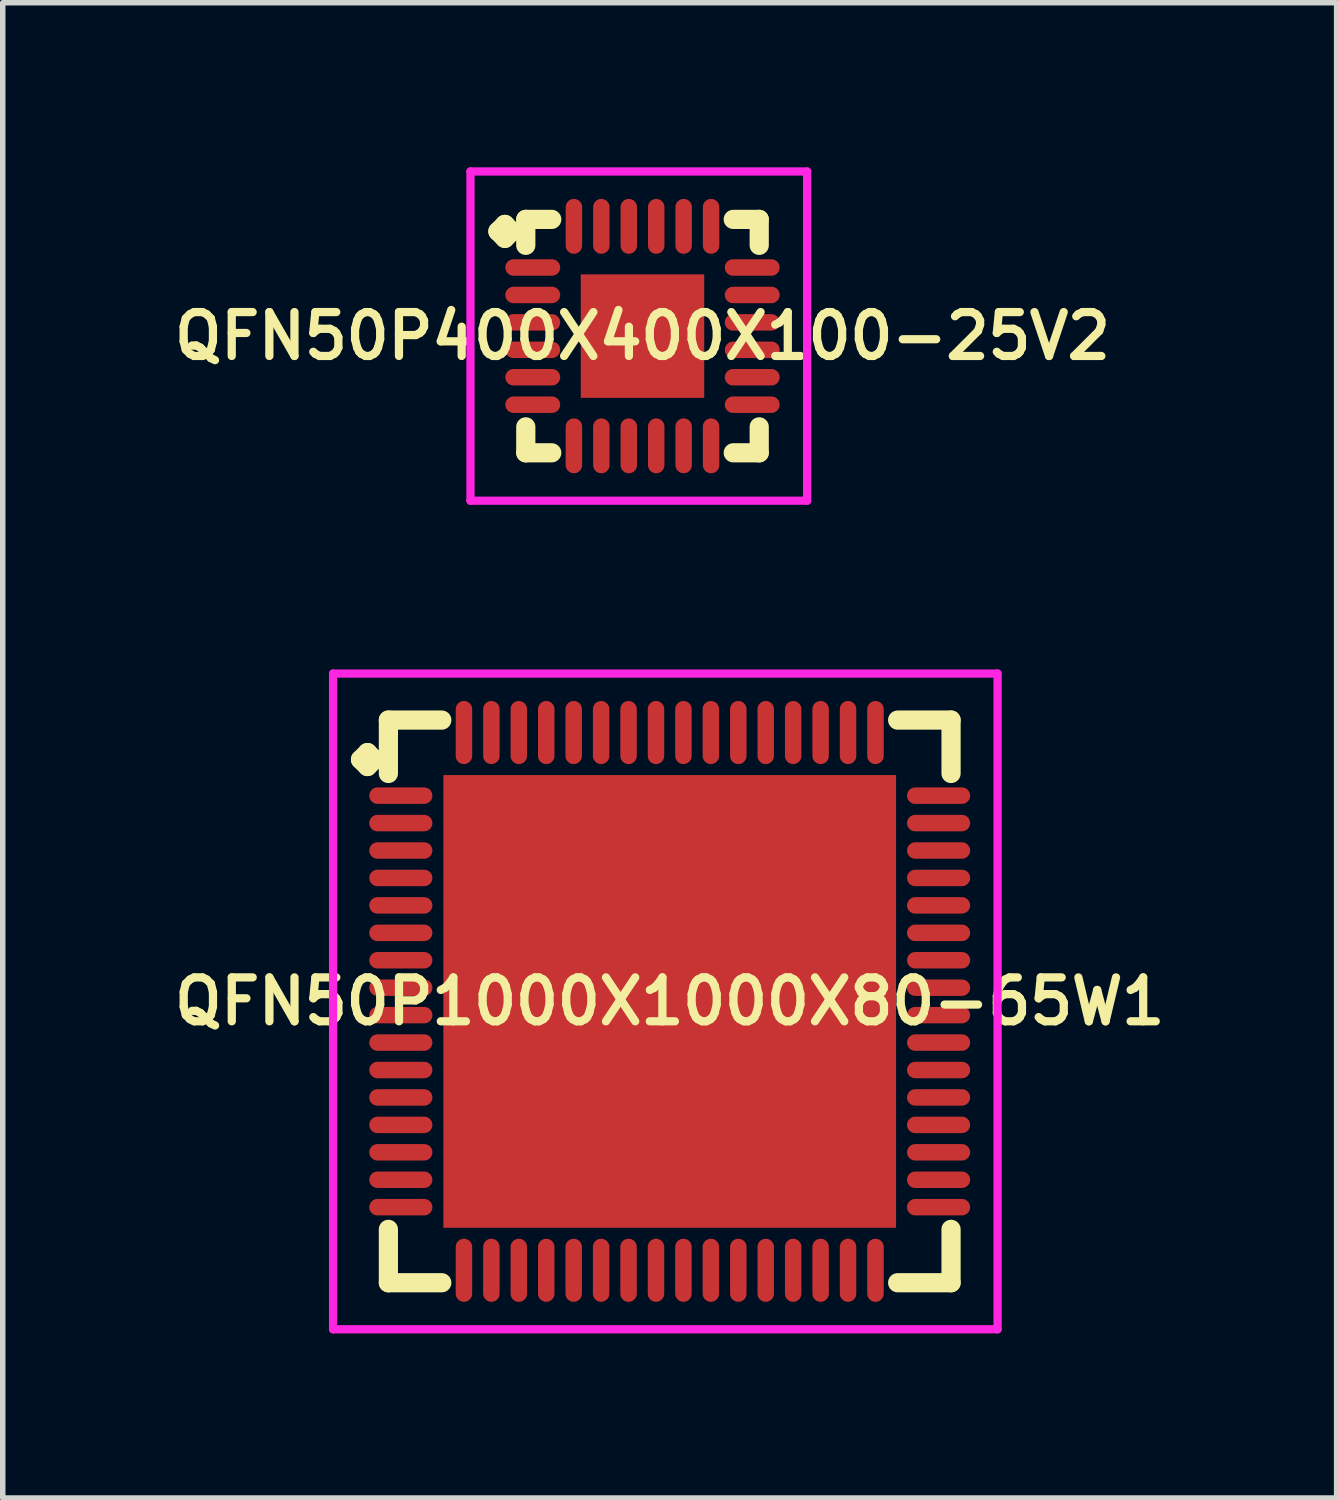
<source format=kicad_pcb>
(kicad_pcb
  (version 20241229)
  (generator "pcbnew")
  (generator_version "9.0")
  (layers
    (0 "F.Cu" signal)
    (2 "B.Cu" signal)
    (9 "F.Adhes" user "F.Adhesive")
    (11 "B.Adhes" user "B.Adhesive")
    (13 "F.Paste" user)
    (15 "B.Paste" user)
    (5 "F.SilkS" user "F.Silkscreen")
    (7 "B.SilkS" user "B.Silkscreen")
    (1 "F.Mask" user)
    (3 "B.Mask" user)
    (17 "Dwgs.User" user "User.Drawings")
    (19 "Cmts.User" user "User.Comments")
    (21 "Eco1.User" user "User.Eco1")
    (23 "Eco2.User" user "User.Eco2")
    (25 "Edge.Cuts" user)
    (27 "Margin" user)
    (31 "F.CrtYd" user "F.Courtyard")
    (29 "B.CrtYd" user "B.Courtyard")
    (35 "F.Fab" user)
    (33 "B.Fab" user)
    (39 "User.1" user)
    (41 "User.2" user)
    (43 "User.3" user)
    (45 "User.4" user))
  (footprint "QFN50P1000X1000X80-65W1"
    (layer "F.Cu")
    (at 9.155 15.2)
    (property "Reference" "QFN50P1000X1000X80-65W1" (at 0 0 0) (layer "F.SilkS") (effects (font (size 0.8 0.8) (thickness 0.15))))
    (attr smd)
    (fp_line (start -5.635 -4.408) (end -5.508 -4.535) (stroke (width 0.35) (type solid)) (layer "F.SilkS"))
    (fp_line (start -5.508 -4.535) (end -5.381 -4.408) (stroke (width 0.35) (type solid)) (layer "F.SilkS"))
    (fp_line (start -5.508 -4.281) (end -5.635 -4.408) (stroke (width 0.35) (type solid)) (layer "F.SilkS"))
    (fp_line (start -5.381 -4.408) (end -5.508 -4.281) (stroke (width 0.35) (type solid)) (layer "F.SilkS"))
    (fp_line (start -5.127 -5.127) (end -4.154 -5.127) (stroke (width 0.35) (type solid)) (layer "F.SilkS"))
    (fp_line (start -5.127 -4.154) (end -5.127 -5.127) (stroke (width 0.35) (type solid)) (layer "F.SilkS"))
    (fp_line (start -5.127 4.154) (end -5.127 5.127) (stroke (width 0.35) (type solid)) (layer "F.SilkS"))
    (fp_line (start -5.127 5.127) (end -4.154 5.127) (stroke (width 0.35) (type solid)) (layer "F.SilkS"))
    (fp_line (start 4.154 -5.127) (end 5.127 -5.127) (stroke (width 0.35) (type solid)) (layer "F.SilkS"))
    (fp_line (start 4.154 5.127) (end 5.127 5.127) (stroke (width 0.35) (type solid)) (layer "F.SilkS"))
    (fp_line (start 5.127 -5.127) (end 5.127 -4.154) (stroke (width 0.35) (type solid)) (layer "F.SilkS"))
    (fp_line (start 5.127 5.127) (end 5.127 4.154) (stroke (width 0.35) (type solid)) (layer "F.SilkS"))
    (fp_line (start -6.135 -5.975) (end 5.975 -5.975) (stroke (width 0.15) (type solid)) (layer "F.CrtYd"))
    (fp_line (start -6.135 5.975) (end -6.135 -5.975) (stroke (width 0.15) (type solid)) (layer "F.CrtYd"))
    (fp_line (start 5.975 -5.975) (end 5.975 5.975) (stroke (width 0.15) (type solid)) (layer "F.CrtYd"))
    (fp_line (start 5.975 5.975) (end -6.135 5.975) (stroke (width 0.15) (type solid)) (layer "F.CrtYd"))
    (pad "1" smd oval (at -4.9 -3.75) (size 1.15 0.3) (layers "F.Cu" "F.Mask" "F.Paste"))
    (pad "2" smd oval (at -4.9 -3.25) (size 1.15 0.3) (layers "F.Cu" "F.Mask" "F.Paste"))
    (pad "3" smd oval (at -4.9 -2.75) (size 1.15 0.3) (layers "F.Cu" "F.Mask" "F.Paste"))
    (pad "4" smd oval (at -4.9 -2.25) (size 1.15 0.3) (layers "F.Cu" "F.Mask" "F.Paste"))
    (pad "5" smd oval (at -4.9 -1.75) (size 1.15 0.3) (layers "F.Cu" "F.Mask" "F.Paste"))
    (pad "6" smd oval (at -4.9 -1.25) (size 1.15 0.3) (layers "F.Cu" "F.Mask" "F.Paste"))
    (pad "7" smd oval (at -4.9 -0.75) (size 1.15 0.3) (layers "F.Cu" "F.Mask" "F.Paste"))
    (pad "8" smd oval (at -4.9 -0.25) (size 1.15 0.3) (layers "F.Cu" "F.Mask" "F.Paste"))
    (pad "9" smd oval (at -4.9 0.25) (size 1.15 0.3) (layers "F.Cu" "F.Mask" "F.Paste"))
    (pad "10" smd oval (at -4.9 0.75) (size 1.15 0.3) (layers "F.Cu" "F.Mask" "F.Paste"))
    (pad "11" smd oval (at -4.9 1.25) (size 1.15 0.3) (layers "F.Cu" "F.Mask" "F.Paste"))
    (pad "12" smd oval (at -4.9 1.75) (size 1.15 0.3) (layers "F.Cu" "F.Mask" "F.Paste"))
    (pad "13" smd oval (at -4.9 2.25) (size 1.15 0.3) (layers "F.Cu" "F.Mask" "F.Paste"))
    (pad "14" smd oval (at -4.9 2.75) (size 1.15 0.3) (layers "F.Cu" "F.Mask" "F.Paste"))
    (pad "15" smd oval (at -4.9 3.25) (size 1.15 0.3) (layers "F.Cu" "F.Mask" "F.Paste"))
    (pad "16" smd oval (at -4.9 3.75) (size 1.15 0.3) (layers "F.Cu" "F.Mask" "F.Paste"))
    (pad "17" smd oval (at -3.75 4.9) (size 0.3 1.15) (layers "F.Cu" "F.Mask" "F.Paste"))
    (pad "18" smd oval (at -3.25 4.9) (size 0.3 1.15) (layers "F.Cu" "F.Mask" "F.Paste"))
    (pad "19" smd oval (at -2.75 4.9) (size 0.3 1.15) (layers "F.Cu" "F.Mask" "F.Paste"))
    (pad "20" smd oval (at -2.25 4.9) (size 0.3 1.15) (layers "F.Cu" "F.Mask" "F.Paste"))
    (pad "21" smd oval (at -1.75 4.9) (size 0.3 1.15) (layers "F.Cu" "F.Mask" "F.Paste"))
    (pad "22" smd oval (at -1.25 4.9) (size 0.3 1.15) (layers "F.Cu" "F.Mask" "F.Paste"))
    (pad "23" smd oval (at -0.75 4.9) (size 0.3 1.15) (layers "F.Cu" "F.Mask" "F.Paste"))
    (pad "24" smd oval (at -0.25 4.9) (size 0.3 1.15) (layers "F.Cu" "F.Mask" "F.Paste"))
    (pad "25" smd oval (at 0.25 4.9) (size 0.3 1.15) (layers "F.Cu" "F.Mask" "F.Paste"))
    (pad "26" smd oval (at 0.75 4.9) (size 0.3 1.15) (layers "F.Cu" "F.Mask" "F.Paste"))
    (pad "27" smd oval (at 1.25 4.9) (size 0.3 1.15) (layers "F.Cu" "F.Mask" "F.Paste"))
    (pad "28" smd oval (at 1.75 4.9) (size 0.3 1.15) (layers "F.Cu" "F.Mask" "F.Paste"))
    (pad "29" smd oval (at 2.25 4.9) (size 0.3 1.15) (layers "F.Cu" "F.Mask" "F.Paste"))
    (pad "30" smd oval (at 2.75 4.9) (size 0.3 1.15) (layers "F.Cu" "F.Mask" "F.Paste"))
    (pad "31" smd oval (at 3.25 4.9) (size 0.3 1.15) (layers "F.Cu" "F.Mask" "F.Paste"))
    (pad "32" smd oval (at 3.75 4.9) (size 0.3 1.15) (layers "F.Cu" "F.Mask" "F.Paste"))
    (pad "33" smd oval (at 4.9 3.75) (size 1.15 0.3) (layers "F.Cu" "F.Mask" "F.Paste"))
    (pad "34" smd oval (at 4.9 3.25) (size 1.15 0.3) (layers "F.Cu" "F.Mask" "F.Paste"))
    (pad "35" smd oval (at 4.9 2.75) (size 1.15 0.3) (layers "F.Cu" "F.Mask" "F.Paste"))
    (pad "36" smd oval (at 4.9 2.25) (size 1.15 0.3) (layers "F.Cu" "F.Mask" "F.Paste"))
    (pad "37" smd oval (at 4.9 1.75) (size 1.15 0.3) (layers "F.Cu" "F.Mask" "F.Paste"))
    (pad "38" smd oval (at 4.9 1.25) (size 1.15 0.3) (layers "F.Cu" "F.Mask" "F.Paste"))
    (pad "39" smd oval (at 4.9 0.75) (size 1.15 0.3) (layers "F.Cu" "F.Mask" "F.Paste"))
    (pad "40" smd oval (at 4.9 0.25) (size 1.15 0.3) (layers "F.Cu" "F.Mask" "F.Paste"))
    (pad "41" smd oval (at 4.9 -0.25) (size 1.15 0.3) (layers "F.Cu" "F.Mask" "F.Paste"))
    (pad "42" smd oval (at 4.9 -0.75) (size 1.15 0.3) (layers "F.Cu" "F.Mask" "F.Paste"))
    (pad "43" smd oval (at 4.9 -1.25) (size 1.15 0.3) (layers "F.Cu" "F.Mask" "F.Paste"))
    (pad "44" smd oval (at 4.9 -1.75) (size 1.15 0.3) (layers "F.Cu" "F.Mask" "F.Paste"))
    (pad "45" smd oval (at 4.9 -2.25) (size 1.15 0.3) (layers "F.Cu" "F.Mask" "F.Paste"))
    (pad "46" smd oval (at 4.9 -2.75) (size 1.15 0.3) (layers "F.Cu" "F.Mask" "F.Paste"))
    (pad "47" smd oval (at 4.9 -3.25) (size 1.15 0.3) (layers "F.Cu" "F.Mask" "F.Paste"))
    (pad "48" smd oval (at 4.9 -3.75) (size 1.15 0.3) (layers "F.Cu" "F.Mask" "F.Paste"))
    (pad "49" smd oval (at 3.75 -4.9) (size 0.3 1.15) (layers "F.Cu" "F.Mask" "F.Paste"))
    (pad "50" smd oval (at 3.25 -4.9) (size 0.3 1.15) (layers "F.Cu" "F.Mask" "F.Paste"))
    (pad "51" smd oval (at 2.75 -4.9) (size 0.3 1.15) (layers "F.Cu" "F.Mask" "F.Paste"))
    (pad "52" smd oval (at 2.25 -4.9) (size 0.3 1.15) (layers "F.Cu" "F.Mask" "F.Paste"))
    (pad "53" smd oval (at 1.75 -4.9) (size 0.3 1.15) (layers "F.Cu" "F.Mask" "F.Paste"))
    (pad "54" smd oval (at 1.25 -4.9) (size 0.3 1.15) (layers "F.Cu" "F.Mask" "F.Paste"))
    (pad "55" smd oval (at 0.75 -4.9) (size 0.3 1.15) (layers "F.Cu" "F.Mask" "F.Paste"))
    (pad "56" smd oval (at 0.25 -4.9) (size 0.3 1.15) (layers "F.Cu" "F.Mask" "F.Paste"))
    (pad "57" smd oval (at -0.25 -4.9) (size 0.3 1.15) (layers "F.Cu" "F.Mask" "F.Paste"))
    (pad "58" smd oval (at -0.75 -4.9) (size 0.3 1.15) (layers "F.Cu" "F.Mask" "F.Paste"))
    (pad "59" smd oval (at -1.25 -4.9) (size 0.3 1.15) (layers "F.Cu" "F.Mask" "F.Paste"))
    (pad "60" smd oval (at -1.75 -4.9) (size 0.3 1.15) (layers "F.Cu" "F.Mask" "F.Paste"))
    (pad "61" smd oval (at -2.25 -4.9) (size 0.3 1.15) (layers "F.Cu" "F.Mask" "F.Paste"))
    (pad "62" smd oval (at -2.75 -4.9) (size 0.3 1.15) (layers "F.Cu" "F.Mask" "F.Paste"))
    (pad "63" smd oval (at -3.25 -4.9) (size 0.3 1.15) (layers "F.Cu" "F.Mask" "F.Paste"))
    (pad "64" smd oval (at -3.75 -4.9) (size 0.3 1.15) (layers "F.Cu" "F.Mask" "F.Paste"))
    (pad "65" smd rect (at 0 0) (size 8.25 8.25) (layers "F.Cu" "F.Mask" "F.Paste")))
  (footprint "QFN50P400X400X100-25V2"
    (layer "F.Cu")
    (at 8.659 3.075)
    (property "Reference" "QFN50P400X400X100-25V2" (at 0 0 0) (layer "F.SilkS") (effects (font (size 0.8 0.8) (thickness 0.15))))
    (attr smd)
    (fp_line (start -2.635 -1.908) (end -2.508 -2.035) (stroke (width 0.35) (type solid)) (layer "F.SilkS"))
    (fp_line (start -2.508 -2.035) (end -2.381 -1.908) (stroke (width 0.35) (type solid)) (layer "F.SilkS"))
    (fp_line (start -2.508 -1.781) (end -2.635 -1.908) (stroke (width 0.35) (type solid)) (layer "F.SilkS"))
    (fp_line (start -2.381 -1.908) (end -2.508 -1.781) (stroke (width 0.35) (type solid)) (layer "F.SilkS"))
    (fp_line (start -2.127 -2.127) (end -1.654 -2.127) (stroke (width 0.35) (type solid)) (layer "F.SilkS"))
    (fp_line (start -2.127 -1.654) (end -2.127 -2.127) (stroke (width 0.35) (type solid)) (layer "F.SilkS"))
    (fp_line (start -2.127 1.654) (end -2.127 2.127) (stroke (width 0.35) (type solid)) (layer "F.SilkS"))
    (fp_line (start -2.127 2.127) (end -1.654 2.127) (stroke (width 0.35) (type solid)) (layer "F.SilkS"))
    (fp_line (start 1.654 -2.127) (end 2.127 -2.127) (stroke (width 0.35) (type solid)) (layer "F.SilkS"))
    (fp_line (start 1.654 2.127) (end 2.127 2.127) (stroke (width 0.35) (type solid)) (layer "F.SilkS"))
    (fp_line (start 2.127 -2.127) (end 2.127 -1.654) (stroke (width 0.35) (type solid)) (layer "F.SilkS"))
    (fp_line (start 2.127 2.127) (end 2.127 1.654) (stroke (width 0.35) (type solid)) (layer "F.SilkS"))
    (fp_line (start -3.135 -3) (end 3 -3) (stroke (width 0.15) (type solid)) (layer "F.CrtYd"))
    (fp_line (start -3.135 3) (end -3.135 -3) (stroke (width 0.15) (type solid)) (layer "F.CrtYd"))
    (fp_line (start 3 -3) (end 3 3) (stroke (width 0.15) (type solid)) (layer "F.CrtYd"))
    (fp_line (start 3 3) (end -3.135 3) (stroke (width 0.15) (type solid)) (layer "F.CrtYd"))
    (pad "1" smd oval (at -2 -1.25) (size 1 0.3) (layers "F.Cu" "F.Mask" "F.Paste"))
    (pad "2" smd oval (at -2 -0.75) (size 1 0.3) (layers "F.Cu" "F.Mask" "F.Paste"))
    (pad "3" smd oval (at -2 -0.25) (size 1 0.3) (layers "F.Cu" "F.Mask" "F.Paste"))
    (pad "4" smd oval (at -2 0.25) (size 1 0.3) (layers "F.Cu" "F.Mask" "F.Paste"))
    (pad "5" smd oval (at -2 0.75) (size 1 0.3) (layers "F.Cu" "F.Mask" "F.Paste"))
    (pad "6" smd oval (at -2 1.25) (size 1 0.3) (layers "F.Cu" "F.Mask" "F.Paste"))
    (pad "7" smd oval (at -1.25 2) (size 0.3 1) (layers "F.Cu" "F.Mask" "F.Paste"))
    (pad "8" smd oval (at -0.75 2) (size 0.3 1) (layers "F.Cu" "F.Mask" "F.Paste"))
    (pad "9" smd oval (at -0.25 2) (size 0.3 1) (layers "F.Cu" "F.Mask" "F.Paste"))
    (pad "10" smd oval (at 0.25 2) (size 0.3 1) (layers "F.Cu" "F.Mask" "F.Paste"))
    (pad "11" smd oval (at 0.75 2) (size 0.3 1) (layers "F.Cu" "F.Mask" "F.Paste"))
    (pad "12" smd oval (at 1.25 2) (size 0.3 1) (layers "F.Cu" "F.Mask" "F.Paste"))
    (pad "13" smd oval (at 2 1.25) (size 1 0.3) (layers "F.Cu" "F.Mask" "F.Paste"))
    (pad "14" smd oval (at 2 0.75) (size 1 0.3) (layers "F.Cu" "F.Mask" "F.Paste"))
    (pad "15" smd oval (at 2 0.25) (size 1 0.3) (layers "F.Cu" "F.Mask" "F.Paste"))
    (pad "16" smd oval (at 2 -0.25) (size 1 0.3) (layers "F.Cu" "F.Mask" "F.Paste"))
    (pad "17" smd oval (at 2 -0.75) (size 1 0.3) (layers "F.Cu" "F.Mask" "F.Paste"))
    (pad "18" smd oval (at 2 -1.25) (size 1 0.3) (layers "F.Cu" "F.Mask" "F.Paste"))
    (pad "19" smd oval (at 1.25 -2) (size 0.3 1) (layers "F.Cu" "F.Mask" "F.Paste"))
    (pad "20" smd oval (at 0.75 -2) (size 0.3 1) (layers "F.Cu" "F.Mask" "F.Paste"))
    (pad "21" smd oval (at 0.25 -2) (size 0.3 1) (layers "F.Cu" "F.Mask" "F.Paste"))
    (pad "22" smd oval (at -0.25 -2) (size 0.3 1) (layers "F.Cu" "F.Mask" "F.Paste"))
    (pad "23" smd oval (at -0.75 -2) (size 0.3 1) (layers "F.Cu" "F.Mask" "F.Paste"))
    (pad "24" smd oval (at -1.25 -2) (size 0.3 1) (layers "F.Cu" "F.Mask" "F.Paste"))
    (pad "25" smd rect (at 0 0) (size 2.25 2.25) (layers "F.Cu" "F.Mask" "F.Paste")))
  (gr_rect
    (start -3 -3)
    (end 21.309 24.25)
    (stroke (width 0.1) (type default))
    (fill no)
    (layer "Edge.Cuts")))
</source>
